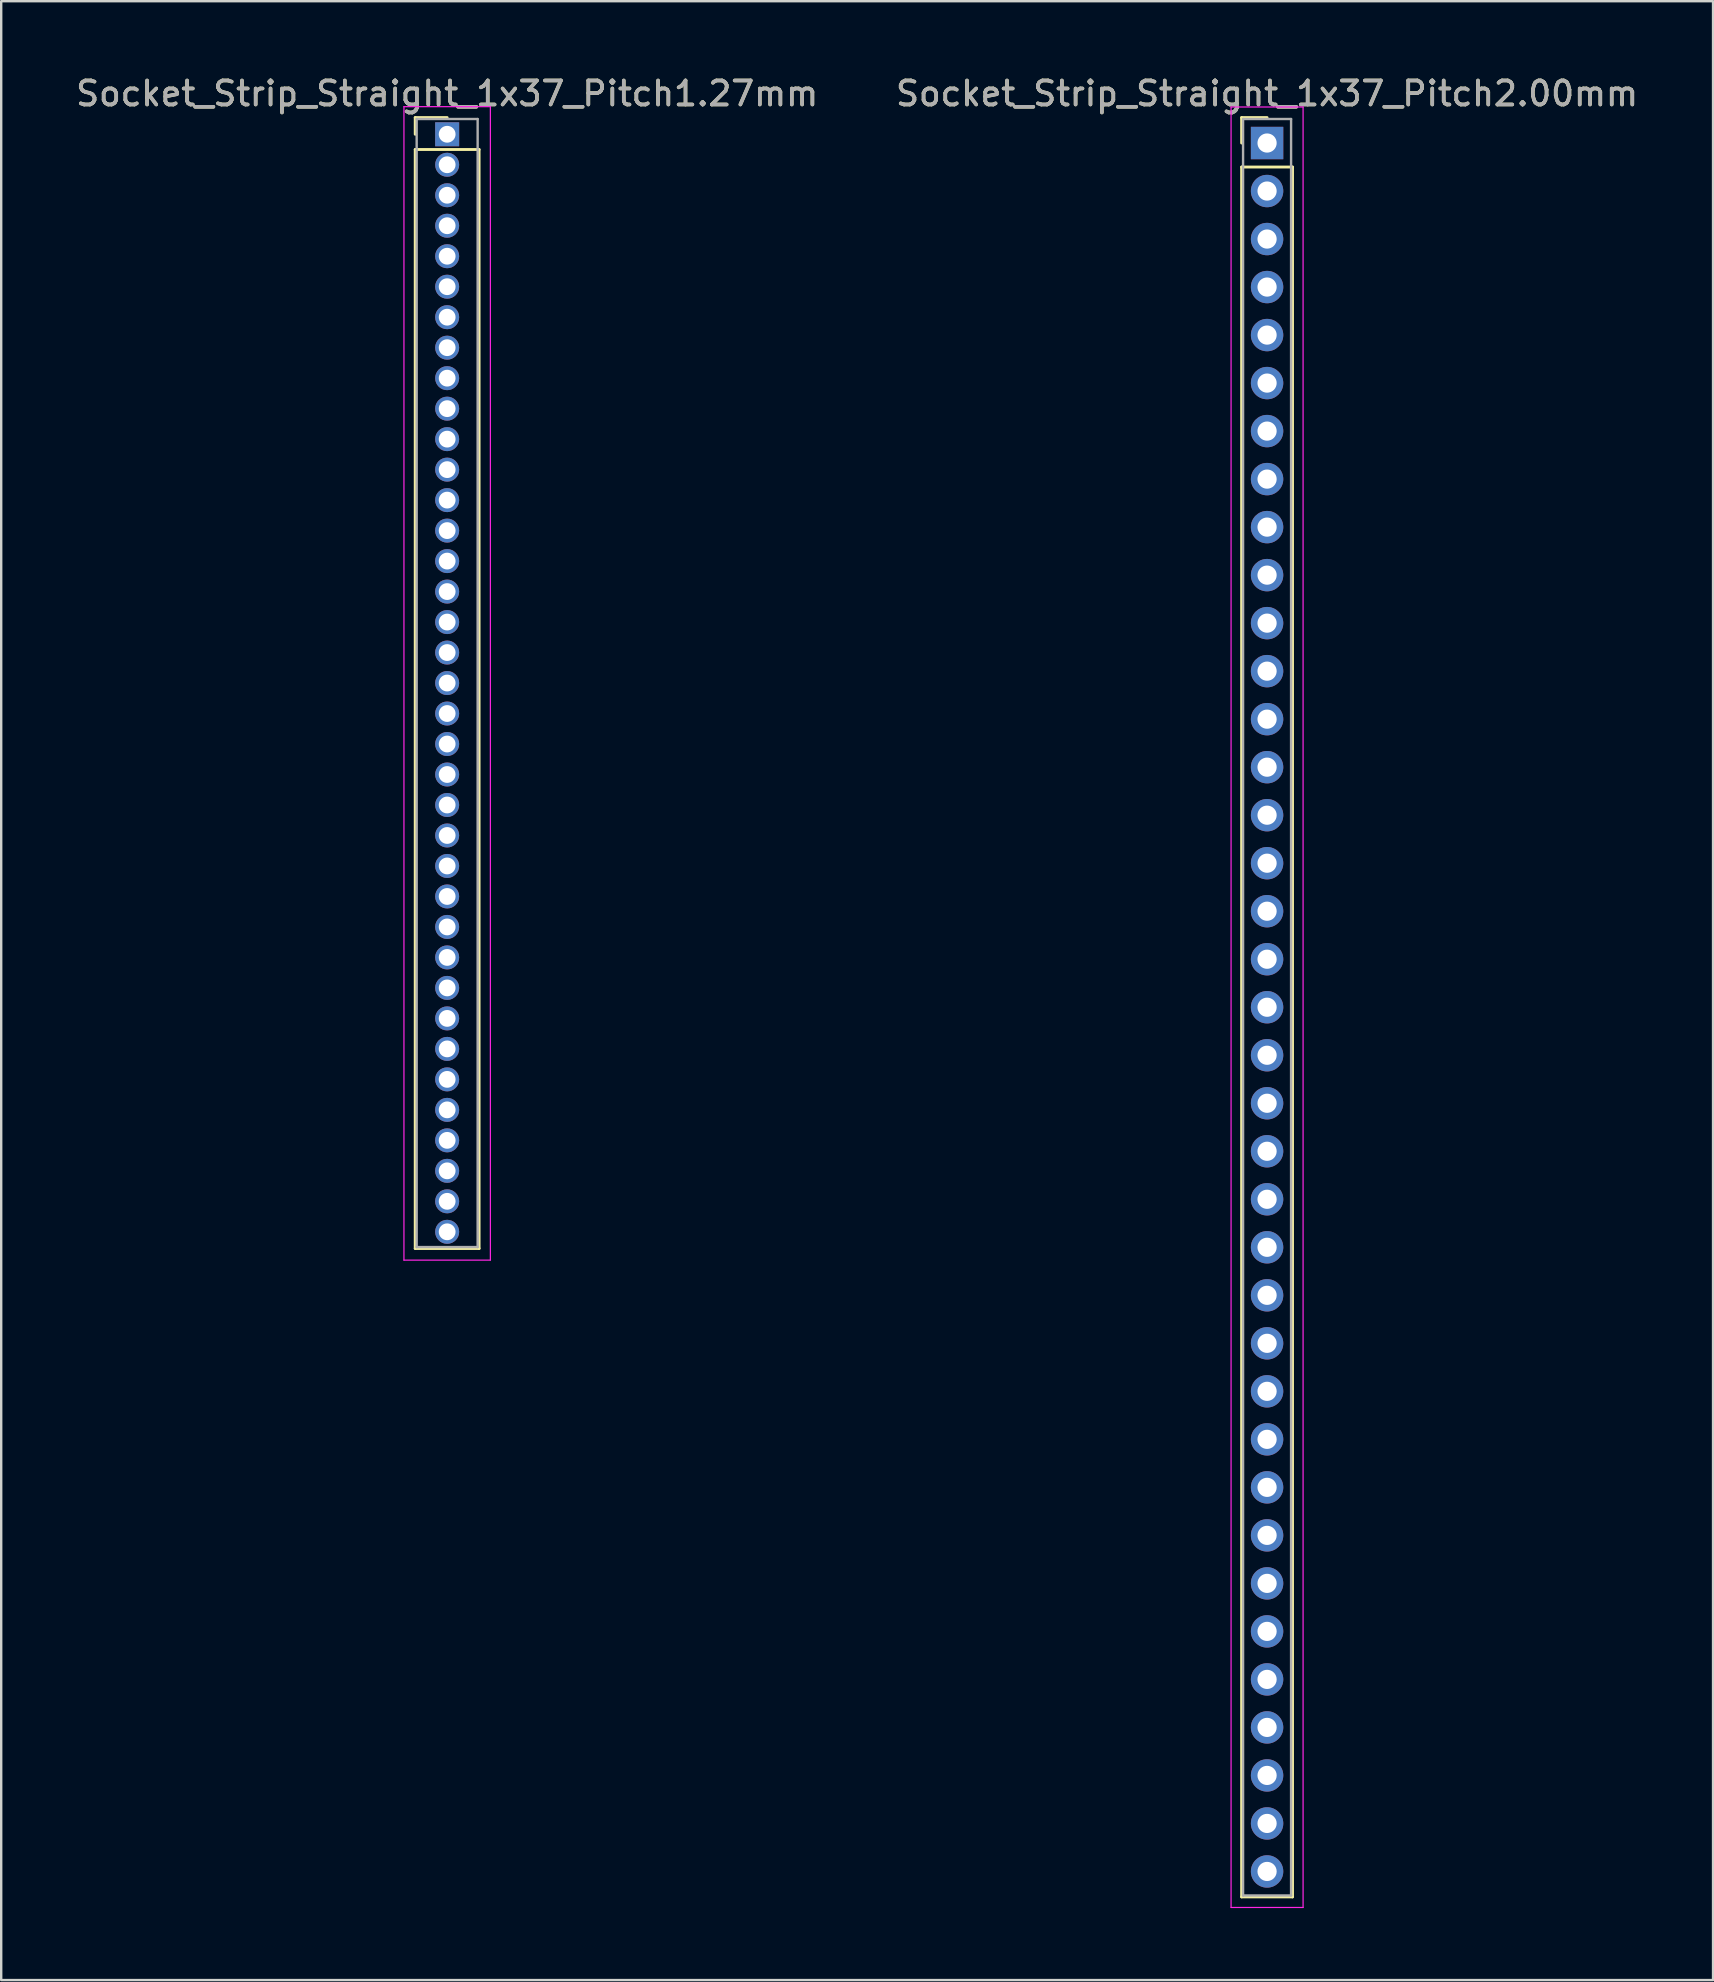
<source format=kicad_pcb>
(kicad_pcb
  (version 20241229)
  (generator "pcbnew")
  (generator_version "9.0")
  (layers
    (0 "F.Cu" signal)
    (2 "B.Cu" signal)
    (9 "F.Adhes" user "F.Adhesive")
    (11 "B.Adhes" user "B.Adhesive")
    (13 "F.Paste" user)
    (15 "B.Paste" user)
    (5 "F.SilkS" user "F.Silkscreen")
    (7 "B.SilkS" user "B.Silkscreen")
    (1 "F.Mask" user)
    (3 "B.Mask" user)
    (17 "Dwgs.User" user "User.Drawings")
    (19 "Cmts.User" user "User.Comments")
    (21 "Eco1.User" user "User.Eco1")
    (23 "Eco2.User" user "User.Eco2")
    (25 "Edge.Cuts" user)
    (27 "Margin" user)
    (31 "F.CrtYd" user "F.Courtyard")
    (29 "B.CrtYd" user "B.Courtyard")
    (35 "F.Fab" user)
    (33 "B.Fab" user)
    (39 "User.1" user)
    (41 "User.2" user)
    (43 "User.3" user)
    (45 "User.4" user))
  (footprint "Socket_Strip_Straight_1x37_Pitch1.27mm"
    (layer "F.Cu")
    (at 15.577 2.543)
    (property "Reference" "Socket_Strip_Straight_1x37_Pitch1.27mm" (at 0 -1.695 0) (layer "F.SilkS") (effects (font (size 1 1) (thickness 0.15))))
    (attr through_hole)
    (fp_line (start -1.33 -0.695) (end 0 -0.695) (stroke (width 0.12) (type solid)) (layer "F.SilkS"))
    (fp_line (start -1.33 0) (end -1.33 -0.695) (stroke (width 0.12) (type solid)) (layer "F.SilkS"))
    (fp_line (start -1.33 0.635) (end -1.33 46.415) (stroke (width 0.12) (type solid)) (layer "F.SilkS"))
    (fp_line (start -1.33 46.415) (end 1.33 46.415) (stroke (width 0.12) (type solid)) (layer "F.SilkS"))
    (fp_line (start 1.33 0.635) (end -1.33 0.635) (stroke (width 0.12) (type solid)) (layer "F.SilkS"))
    (fp_line (start 1.33 46.415) (end 1.33 0.635) (stroke (width 0.12) (type solid)) (layer "F.SilkS"))
    (fp_line (start -1.8 -1.15) (end -1.8 46.9) (stroke (width 0.05) (type solid)) (layer "F.CrtYd"))
    (fp_line (start -1.8 46.9) (end 1.8 46.9) (stroke (width 0.05) (type solid)) (layer "F.CrtYd"))
    (fp_line (start 1.8 -1.15) (end -1.8 -1.15) (stroke (width 0.05) (type solid)) (layer "F.CrtYd"))
    (fp_line (start 1.8 46.9) (end 1.8 -1.15) (stroke (width 0.05) (type solid)) (layer "F.CrtYd"))
    (fp_line (start -1.27 -0.635) (end -1.27 46.355) (stroke (width 0.1) (type solid)) (layer "F.Fab"))
    (fp_line (start -1.27 46.355) (end 1.27 46.355) (stroke (width 0.1) (type solid)) (layer "F.Fab"))
    (fp_line (start 1.27 -0.635) (end -1.27 -0.635) (stroke (width 0.1) (type solid)) (layer "F.Fab"))
    (fp_line (start 1.27 46.355) (end 1.27 -0.635) (stroke (width 0.1) (type solid)) (layer "F.Fab"))
    (fp_text user "${REFERENCE}" (at 0 -1.695 0) (layer "F.Fab") (effects (font (size 1 1) (thickness 0.15))))
    (pad "1" thru_hole rect (at 0 0) (size 1 1) (drill 0.7) (layers "*.Cu" "*.Mask"))
    (pad "2" thru_hole oval (at 0 1.27) (size 1 1) (drill 0.7) (layers "*.Cu" "*.Mask"))
    (pad "3" thru_hole oval (at 0 2.54) (size 1 1) (drill 0.7) (layers "*.Cu" "*.Mask"))
    (pad "4" thru_hole oval (at 0 3.81) (size 1 1) (drill 0.7) (layers "*.Cu" "*.Mask"))
    (pad "5" thru_hole oval (at 0 5.08) (size 1 1) (drill 0.7) (layers "*.Cu" "*.Mask"))
    (pad "6" thru_hole oval (at 0 6.35) (size 1 1) (drill 0.7) (layers "*.Cu" "*.Mask"))
    (pad "7" thru_hole oval (at 0 7.62) (size 1 1) (drill 0.7) (layers "*.Cu" "*.Mask"))
    (pad "8" thru_hole oval (at 0 8.89) (size 1 1) (drill 0.7) (layers "*.Cu" "*.Mask"))
    (pad "9" thru_hole oval (at 0 10.16) (size 1 1) (drill 0.7) (layers "*.Cu" "*.Mask"))
    (pad "10" thru_hole oval (at 0 11.43) (size 1 1) (drill 0.7) (layers "*.Cu" "*.Mask"))
    (pad "11" thru_hole oval (at 0 12.7) (size 1 1) (drill 0.7) (layers "*.Cu" "*.Mask"))
    (pad "12" thru_hole oval (at 0 13.97) (size 1 1) (drill 0.7) (layers "*.Cu" "*.Mask"))
    (pad "13" thru_hole oval (at 0 15.24) (size 1 1) (drill 0.7) (layers "*.Cu" "*.Mask"))
    (pad "14" thru_hole oval (at 0 16.51) (size 1 1) (drill 0.7) (layers "*.Cu" "*.Mask"))
    (pad "15" thru_hole oval (at 0 17.78) (size 1 1) (drill 0.7) (layers "*.Cu" "*.Mask"))
    (pad "16" thru_hole oval (at 0 19.05) (size 1 1) (drill 0.7) (layers "*.Cu" "*.Mask"))
    (pad "17" thru_hole oval (at 0 20.32) (size 1 1) (drill 0.7) (layers "*.Cu" "*.Mask"))
    (pad "18" thru_hole oval (at 0 21.59) (size 1 1) (drill 0.7) (layers "*.Cu" "*.Mask"))
    (pad "19" thru_hole oval (at 0 22.86) (size 1 1) (drill 0.7) (layers "*.Cu" "*.Mask"))
    (pad "20" thru_hole oval (at 0 24.13) (size 1 1) (drill 0.7) (layers "*.Cu" "*.Mask"))
    (pad "21" thru_hole oval (at 0 25.4) (size 1 1) (drill 0.7) (layers "*.Cu" "*.Mask"))
    (pad "22" thru_hole oval (at 0 26.67) (size 1 1) (drill 0.7) (layers "*.Cu" "*.Mask"))
    (pad "23" thru_hole oval (at 0 27.94) (size 1 1) (drill 0.7) (layers "*.Cu" "*.Mask"))
    (pad "24" thru_hole oval (at 0 29.21) (size 1 1) (drill 0.7) (layers "*.Cu" "*.Mask"))
    (pad "25" thru_hole oval (at 0 30.48) (size 1 1) (drill 0.7) (layers "*.Cu" "*.Mask"))
    (pad "26" thru_hole oval (at 0 31.75) (size 1 1) (drill 0.7) (layers "*.Cu" "*.Mask"))
    (pad "27" thru_hole oval (at 0 33.02) (size 1 1) (drill 0.7) (layers "*.Cu" "*.Mask"))
    (pad "28" thru_hole oval (at 0 34.29) (size 1 1) (drill 0.7) (layers "*.Cu" "*.Mask"))
    (pad "29" thru_hole oval (at 0 35.56) (size 1 1) (drill 0.7) (layers "*.Cu" "*.Mask"))
    (pad "30" thru_hole oval (at 0 36.83) (size 1 1) (drill 0.7) (layers "*.Cu" "*.Mask"))
    (pad "31" thru_hole oval (at 0 38.1) (size 1 1) (drill 0.7) (layers "*.Cu" "*.Mask"))
    (pad "32" thru_hole oval (at 0 39.37) (size 1 1) (drill 0.7) (layers "*.Cu" "*.Mask"))
    (pad "33" thru_hole oval (at 0 40.64) (size 1 1) (drill 0.7) (layers "*.Cu" "*.Mask"))
    (pad "34" thru_hole oval (at 0 41.91) (size 1 1) (drill 0.7) (layers "*.Cu" "*.Mask"))
    (pad "35" thru_hole oval (at 0 43.18) (size 1 1) (drill 0.7) (layers "*.Cu" "*.Mask"))
    (pad "36" thru_hole oval (at 0 44.45) (size 1 1) (drill 0.7) (layers "*.Cu" "*.Mask"))
    (pad "37" thru_hole oval (at 0 45.72) (size 1 1) (drill 0.7) (layers "*.Cu" "*.Mask")))
  (footprint "Socket_Strip_Straight_1x37_Pitch2.00mm"
    (layer "F.Cu")
    (at 49.732 2.908)
    (property "Reference" "Socket_Strip_Straight_1x37_Pitch2.00mm" (at 0 -2.06 0) (layer "F.SilkS") (effects (font (size 1 1) (thickness 0.15))))
    (attr through_hole)
    (fp_line (start -1.06 -1.06) (end 0 -1.06) (stroke (width 0.12) (type solid)) (layer "F.SilkS"))
    (fp_line (start -1.06 0) (end -1.06 -1.06) (stroke (width 0.12) (type solid)) (layer "F.SilkS"))
    (fp_line (start -1.06 1) (end -1.06 73.06) (stroke (width 0.12) (type solid)) (layer "F.SilkS"))
    (fp_line (start -1.06 73.06) (end 1.06 73.06) (stroke (width 0.12) (type solid)) (layer "F.SilkS"))
    (fp_line (start 1.06 1) (end -1.06 1) (stroke (width 0.12) (type solid)) (layer "F.SilkS"))
    (fp_line (start 1.06 73.06) (end 1.06 1) (stroke (width 0.12) (type solid)) (layer "F.SilkS"))
    (fp_line (start -1.5 -1.5) (end -1.5 73.5) (stroke (width 0.05) (type solid)) (layer "F.CrtYd"))
    (fp_line (start -1.5 73.5) (end 1.5 73.5) (stroke (width 0.05) (type solid)) (layer "F.CrtYd"))
    (fp_line (start 1.5 -1.5) (end -1.5 -1.5) (stroke (width 0.05) (type solid)) (layer "F.CrtYd"))
    (fp_line (start 1.5 73.5) (end 1.5 -1.5) (stroke (width 0.05) (type solid)) (layer "F.CrtYd"))
    (fp_line (start -1 -1) (end -1 73) (stroke (width 0.1) (type solid)) (layer "F.Fab"))
    (fp_line (start -1 73) (end 1 73) (stroke (width 0.1) (type solid)) (layer "F.Fab"))
    (fp_line (start 1 -1) (end -1 -1) (stroke (width 0.1) (type solid)) (layer "F.Fab"))
    (fp_line (start 1 73) (end 1 -1) (stroke (width 0.1) (type solid)) (layer "F.Fab"))
    (fp_text user "${REFERENCE}" (at 0 -2.06 0) (layer "F.Fab") (effects (font (size 1 1) (thickness 0.15))))
    (pad "1" thru_hole rect (at 0 0) (size 1.35 1.35) (drill 0.8) (layers "*.Cu" "*.Mask"))
    (pad "2" thru_hole oval (at 0 2) (size 1.35 1.35) (drill 0.8) (layers "*.Cu" "*.Mask"))
    (pad "3" thru_hole oval (at 0 4) (size 1.35 1.35) (drill 0.8) (layers "*.Cu" "*.Mask"))
    (pad "4" thru_hole oval (at 0 6) (size 1.35 1.35) (drill 0.8) (layers "*.Cu" "*.Mask"))
    (pad "5" thru_hole oval (at 0 8) (size 1.35 1.35) (drill 0.8) (layers "*.Cu" "*.Mask"))
    (pad "6" thru_hole oval (at 0 10) (size 1.35 1.35) (drill 0.8) (layers "*.Cu" "*.Mask"))
    (pad "7" thru_hole oval (at 0 12) (size 1.35 1.35) (drill 0.8) (layers "*.Cu" "*.Mask"))
    (pad "8" thru_hole oval (at 0 14) (size 1.35 1.35) (drill 0.8) (layers "*.Cu" "*.Mask"))
    (pad "9" thru_hole oval (at 0 16) (size 1.35 1.35) (drill 0.8) (layers "*.Cu" "*.Mask"))
    (pad "10" thru_hole oval (at 0 18) (size 1.35 1.35) (drill 0.8) (layers "*.Cu" "*.Mask"))
    (pad "11" thru_hole oval (at 0 20) (size 1.35 1.35) (drill 0.8) (layers "*.Cu" "*.Mask"))
    (pad "12" thru_hole oval (at 0 22) (size 1.35 1.35) (drill 0.8) (layers "*.Cu" "*.Mask"))
    (pad "13" thru_hole oval (at 0 24) (size 1.35 1.35) (drill 0.8) (layers "*.Cu" "*.Mask"))
    (pad "14" thru_hole oval (at 0 26) (size 1.35 1.35) (drill 0.8) (layers "*.Cu" "*.Mask"))
    (pad "15" thru_hole oval (at 0 28) (size 1.35 1.35) (drill 0.8) (layers "*.Cu" "*.Mask"))
    (pad "16" thru_hole oval (at 0 30) (size 1.35 1.35) (drill 0.8) (layers "*.Cu" "*.Mask"))
    (pad "17" thru_hole oval (at 0 32) (size 1.35 1.35) (drill 0.8) (layers "*.Cu" "*.Mask"))
    (pad "18" thru_hole oval (at 0 34) (size 1.35 1.35) (drill 0.8) (layers "*.Cu" "*.Mask"))
    (pad "19" thru_hole oval (at 0 36) (size 1.35 1.35) (drill 0.8) (layers "*.Cu" "*.Mask"))
    (pad "20" thru_hole oval (at 0 38) (size 1.35 1.35) (drill 0.8) (layers "*.Cu" "*.Mask"))
    (pad "21" thru_hole oval (at 0 40) (size 1.35 1.35) (drill 0.8) (layers "*.Cu" "*.Mask"))
    (pad "22" thru_hole oval (at 0 42) (size 1.35 1.35) (drill 0.8) (layers "*.Cu" "*.Mask"))
    (pad "23" thru_hole oval (at 0 44) (size 1.35 1.35) (drill 0.8) (layers "*.Cu" "*.Mask"))
    (pad "24" thru_hole oval (at 0 46) (size 1.35 1.35) (drill 0.8) (layers "*.Cu" "*.Mask"))
    (pad "25" thru_hole oval (at 0 48) (size 1.35 1.35) (drill 0.8) (layers "*.Cu" "*.Mask"))
    (pad "26" thru_hole oval (at 0 50) (size 1.35 1.35) (drill 0.8) (layers "*.Cu" "*.Mask"))
    (pad "27" thru_hole oval (at 0 52) (size 1.35 1.35) (drill 0.8) (layers "*.Cu" "*.Mask"))
    (pad "28" thru_hole oval (at 0 54) (size 1.35 1.35) (drill 0.8) (layers "*.Cu" "*.Mask"))
    (pad "29" thru_hole oval (at 0 56) (size 1.35 1.35) (drill 0.8) (layers "*.Cu" "*.Mask"))
    (pad "30" thru_hole oval (at 0 58) (size 1.35 1.35) (drill 0.8) (layers "*.Cu" "*.Mask"))
    (pad "31" thru_hole oval (at 0 60) (size 1.35 1.35) (drill 0.8) (layers "*.Cu" "*.Mask"))
    (pad "32" thru_hole oval (at 0 62) (size 1.35 1.35) (drill 0.8) (layers "*.Cu" "*.Mask"))
    (pad "33" thru_hole oval (at 0 64) (size 1.35 1.35) (drill 0.8) (layers "*.Cu" "*.Mask"))
    (pad "34" thru_hole oval (at 0 66) (size 1.35 1.35) (drill 0.8) (layers "*.Cu" "*.Mask"))
    (pad "35" thru_hole oval (at 0 68) (size 1.35 1.35) (drill 0.8) (layers "*.Cu" "*.Mask"))
    (pad "36" thru_hole oval (at 0 70) (size 1.35 1.35) (drill 0.8) (layers "*.Cu" "*.Mask"))
    (pad "37" thru_hole oval (at 0 72) (size 1.35 1.35) (drill 0.8) (layers "*.Cu" "*.Mask")))
  (gr_rect
    (start -3 -3)
    (end 68.31 79.433)
    (stroke (width 0.1) (type default))
    (fill no)
    (layer "Edge.Cuts")))
</source>
